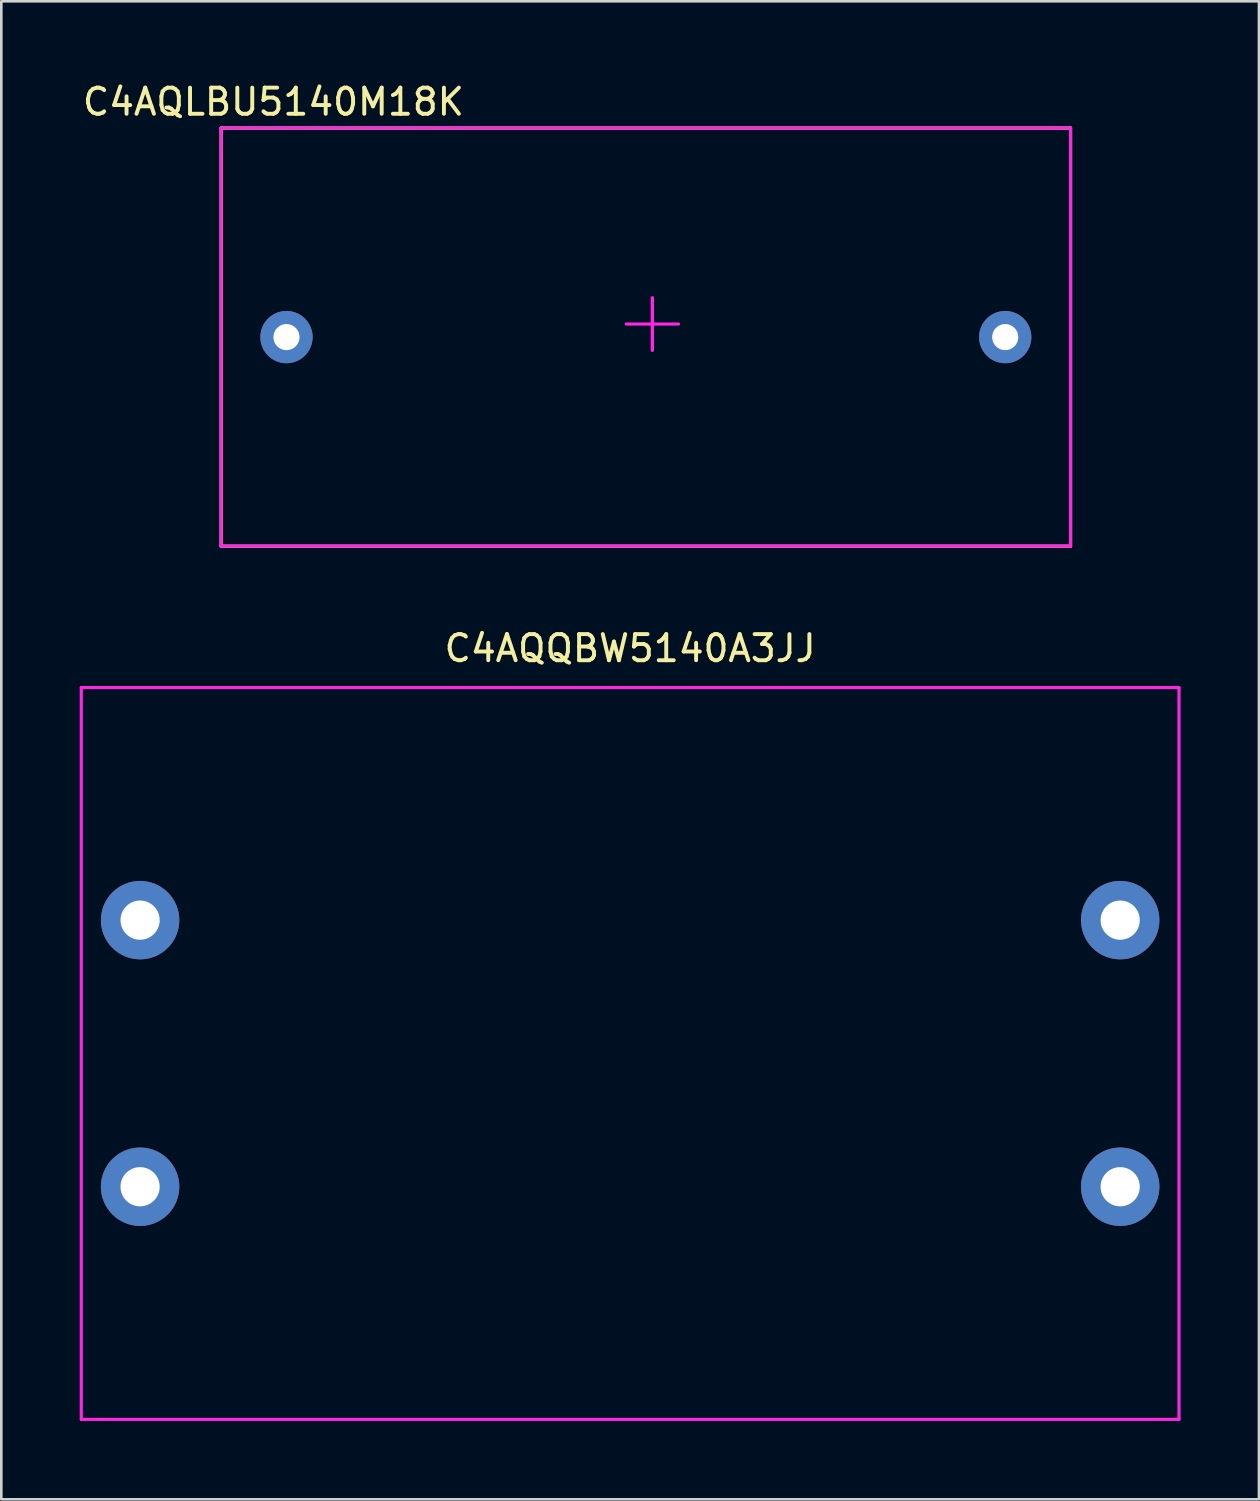
<source format=kicad_pcb>
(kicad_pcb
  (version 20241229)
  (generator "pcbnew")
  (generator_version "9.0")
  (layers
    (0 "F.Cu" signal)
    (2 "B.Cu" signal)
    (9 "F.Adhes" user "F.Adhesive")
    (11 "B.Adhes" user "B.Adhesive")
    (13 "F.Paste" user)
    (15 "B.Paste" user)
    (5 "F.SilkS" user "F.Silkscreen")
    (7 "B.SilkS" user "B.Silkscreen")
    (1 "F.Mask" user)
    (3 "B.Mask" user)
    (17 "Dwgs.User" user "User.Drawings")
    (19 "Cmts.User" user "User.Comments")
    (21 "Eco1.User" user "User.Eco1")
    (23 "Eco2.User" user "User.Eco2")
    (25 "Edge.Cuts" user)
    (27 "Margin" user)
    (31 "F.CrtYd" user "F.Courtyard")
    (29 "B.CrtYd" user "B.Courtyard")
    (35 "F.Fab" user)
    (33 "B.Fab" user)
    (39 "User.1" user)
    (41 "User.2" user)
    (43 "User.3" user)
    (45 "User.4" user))
  (footprint "C4AQLBU5140M18K"
    (layer "F.Cu")
    (at 14.411 3.848)
    (property "Reference" "C4AQLBU5140M18K" (at -7 -3 0) (layer "F.SilkS") (effects (font (size 1 1) (thickness 0.15))))
    (attr through_hole)
    (fp_line (start -9 -2) (end -9 14) (stroke (width 0.12) (type solid)) (layer "F.SilkS"))
    (fp_line (start -9 14) (end 23.5 14) (stroke (width 0.12) (type solid)) (layer "F.SilkS"))
    (fp_line (start 23.5 -2) (end -9 -2) (stroke (width 0.12) (type solid)) (layer "F.SilkS"))
    (fp_line (start 23.5 14) (end 23.5 -2) (stroke (width 0.12) (type solid)) (layer "F.SilkS"))
    (fp_line (start -9 -2) (end -9 14) (stroke (width 0.12) (type solid)) (layer "F.CrtYd"))
    (fp_line (start -9 14) (end 23.5 14) (stroke (width 0.12) (type solid)) (layer "F.CrtYd"))
    (fp_line (start 7.5 4.5) (end 7.5 5.5) (stroke (width 0.12) (type solid)) (layer "F.CrtYd"))
    (fp_line (start 7.5 5.5) (end 6.5 5.5) (stroke (width 0.12) (type solid)) (layer "F.CrtYd"))
    (fp_line (start 7.5 5.5) (end 7.5 4.5) (stroke (width 0.12) (type solid)) (layer "F.CrtYd"))
    (fp_line (start 7.5 5.5) (end 7.5 6.5) (stroke (width 0.12) (type solid)) (layer "F.CrtYd"))
    (fp_line (start 7.5 5.5) (end 8.5 5.5) (stroke (width 0.12) (type solid)) (layer "F.CrtYd"))
    (fp_line (start 7.5 6.5) (end 7.5 5.5) (stroke (width 0.12) (type solid)) (layer "F.CrtYd"))
    (fp_line (start 23.5 -2) (end -9 -2) (stroke (width 0.12) (type solid)) (layer "F.CrtYd"))
    (fp_line (start 23.5 14) (end 23.5 -2) (stroke (width 0.12) (type solid)) (layer "F.CrtYd"))
    (pad "1" thru_hole circle (at -6.5 6) (size 2 2) (drill 1) (layers "*.Cu" "*.Mask"))
    (pad "2" thru_hole circle (at 21 6) (size 2 2) (drill 1) (layers "*.Cu" "*.Mask")))
  (footprint "C4AQQBW5140A3JJ"
    (layer "F.Cu")
    (at 21.06 21.256)
    (property "Reference" "C4AQQBW5140A3JJ" (at 0 0.5 0) (layer "F.SilkS") (effects (font (size 1 1) (thickness 0.15))))
    (attr through_hole)
    (fp_line (start -21 2) (end 21 2) (stroke (width 0.12) (type solid)) (layer "F.CrtYd"))
    (fp_line (start -21 30) (end -21 2) (stroke (width 0.12) (type solid)) (layer "F.CrtYd"))
    (fp_line (start 21 2) (end 21 30) (stroke (width 0.12) (type solid)) (layer "F.CrtYd"))
    (fp_line (start 21 30) (end -21 30) (stroke (width 0.12) (type solid)) (layer "F.CrtYd"))
    (pad "1" thru_hole circle (at -18.75 10.9) (size 3 3) (drill 1.5) (layers "*.Cu" "*.Mask"))
    (pad "1" thru_hole circle (at -18.75 21.1) (size 3 3) (drill 1.5) (layers "*.Cu" "*.Mask"))
    (pad "2" thru_hole circle (at 18.75 10.9) (size 3 3) (drill 1.5) (layers "*.Cu" "*.Mask"))
    (pad "2" thru_hole circle (at 18.75 21.1) (size 3 3) (drill 1.5) (layers "*.Cu" "*.Mask")))
  (gr_rect
    (start -3 -3)
    (end 45.12 54.316)
    (stroke (width 0.1) (type default))
    (fill no)
    (layer "Edge.Cuts")))
</source>
